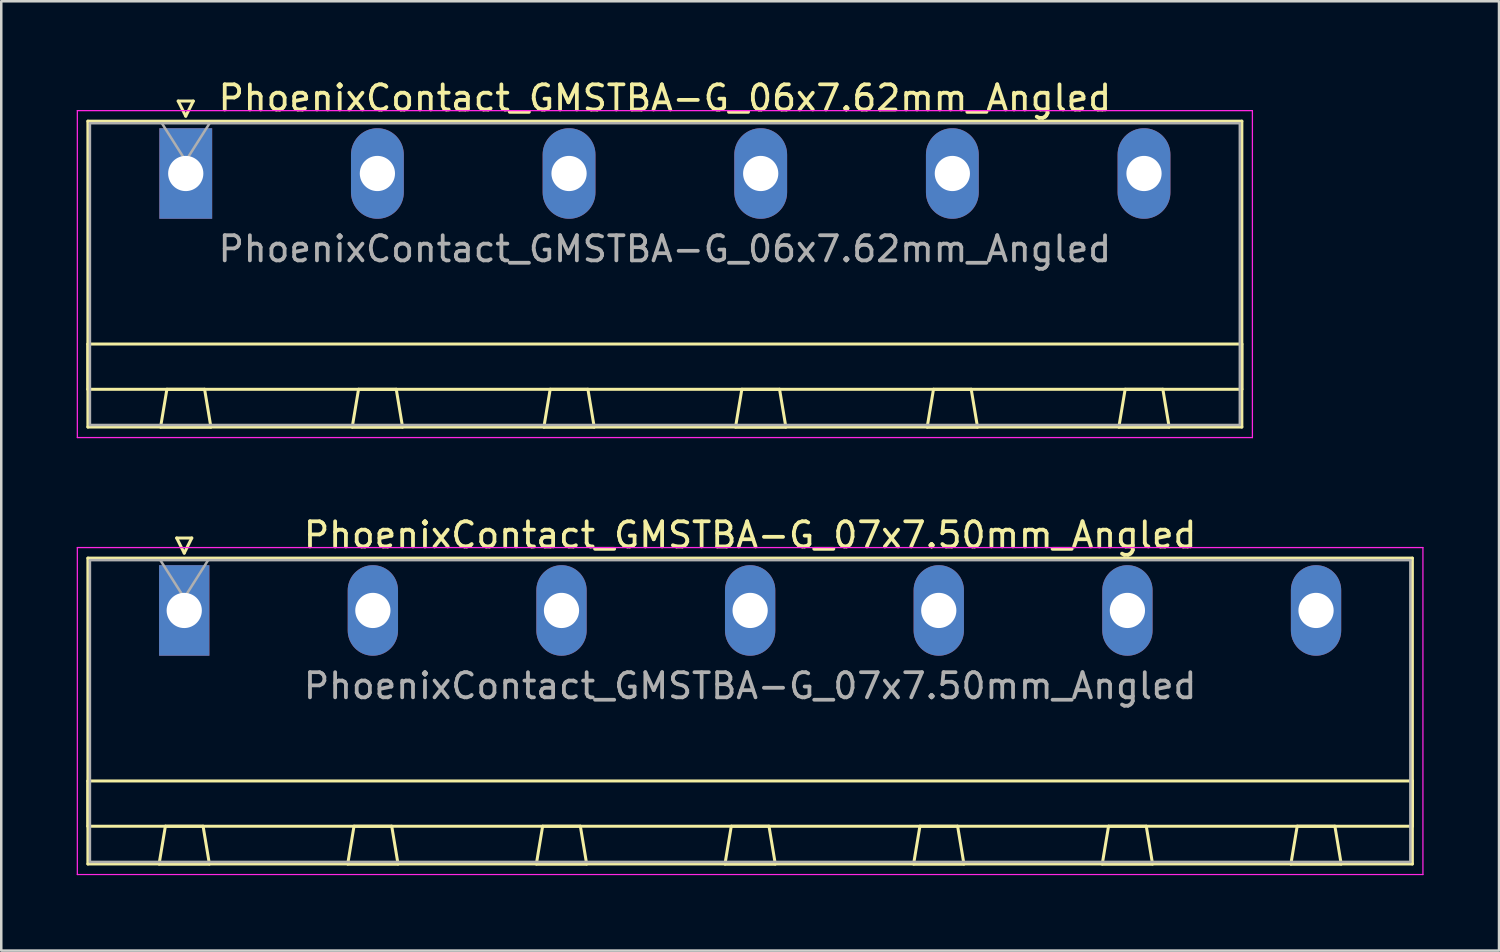
<source format=kicad_pcb>
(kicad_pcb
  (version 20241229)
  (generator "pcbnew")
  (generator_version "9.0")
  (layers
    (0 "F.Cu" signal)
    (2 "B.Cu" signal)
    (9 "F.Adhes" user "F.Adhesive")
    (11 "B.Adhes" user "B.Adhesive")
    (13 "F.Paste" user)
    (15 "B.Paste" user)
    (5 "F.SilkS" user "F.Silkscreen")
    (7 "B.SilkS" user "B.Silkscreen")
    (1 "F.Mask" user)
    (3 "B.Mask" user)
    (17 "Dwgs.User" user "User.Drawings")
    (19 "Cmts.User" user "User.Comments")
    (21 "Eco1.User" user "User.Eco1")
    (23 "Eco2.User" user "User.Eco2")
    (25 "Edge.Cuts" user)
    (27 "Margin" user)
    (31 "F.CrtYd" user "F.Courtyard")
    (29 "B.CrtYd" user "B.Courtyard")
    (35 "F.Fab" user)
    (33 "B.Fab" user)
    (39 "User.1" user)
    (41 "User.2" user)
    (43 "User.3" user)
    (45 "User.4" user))
  (footprint "PhoenixContact_GMSTBA-G_06x7.62mm_Angled"
    (layer "F.Cu")
    (at 4.335 3.848)
    (property "Reference" "PhoenixContact_GMSTBA-G_06x7.62mm_Angled" (at 19.05 -3 0) (layer "F.SilkS") (effects (font (size 1 1) (thickness 0.15))))
    (attr through_hole)
    (fp_line (start -3.89 -2.08) (end -3.89 10.08) (stroke (width 0.12) (type solid)) (layer "F.SilkS"))
    (fp_line (start -3.89 6.78) (end 41.99 6.78) (stroke (width 0.12) (type solid)) (layer "F.SilkS"))
    (fp_line (start -3.89 8.58) (end -3.89 6.78) (stroke (width 0.12) (type solid)) (layer "F.SilkS"))
    (fp_line (start -3.89 10.08) (end 41.99 10.08) (stroke (width 0.12) (type solid)) (layer "F.SilkS"))
    (fp_line (start -1 10.08) (end 1 10.08) (stroke (width 0.12) (type solid)) (layer "F.SilkS"))
    (fp_line (start -0.75 8.58) (end -1 10.08) (stroke (width 0.12) (type solid)) (layer "F.SilkS"))
    (fp_line (start -0.3 -2.88) (end 0.3 -2.88) (stroke (width 0.12) (type solid)) (layer "F.SilkS"))
    (fp_line (start 0 -2.28) (end -0.3 -2.88) (stroke (width 0.12) (type solid)) (layer "F.SilkS"))
    (fp_line (start 0.3 -2.88) (end 0 -2.28) (stroke (width 0.12) (type solid)) (layer "F.SilkS"))
    (fp_line (start 0.75 8.58) (end -0.75 8.58) (stroke (width 0.12) (type solid)) (layer "F.SilkS"))
    (fp_line (start 1 10.08) (end 0.75 8.58) (stroke (width 0.12) (type solid)) (layer "F.SilkS"))
    (fp_line (start 6.62 10.08) (end 8.62 10.08) (stroke (width 0.12) (type solid)) (layer "F.SilkS"))
    (fp_line (start 6.87 8.58) (end 6.62 10.08) (stroke (width 0.12) (type solid)) (layer "F.SilkS"))
    (fp_line (start 8.37 8.58) (end 6.87 8.58) (stroke (width 0.12) (type solid)) (layer "F.SilkS"))
    (fp_line (start 8.62 10.08) (end 8.37 8.58) (stroke (width 0.12) (type solid)) (layer "F.SilkS"))
    (fp_line (start 14.24 10.08) (end 16.24 10.08) (stroke (width 0.12) (type solid)) (layer "F.SilkS"))
    (fp_line (start 14.49 8.58) (end 14.24 10.08) (stroke (width 0.12) (type solid)) (layer "F.SilkS"))
    (fp_line (start 15.99 8.58) (end 14.49 8.58) (stroke (width 0.12) (type solid)) (layer "F.SilkS"))
    (fp_line (start 16.24 10.08) (end 15.99 8.58) (stroke (width 0.12) (type solid)) (layer "F.SilkS"))
    (fp_line (start 21.86 10.08) (end 23.86 10.08) (stroke (width 0.12) (type solid)) (layer "F.SilkS"))
    (fp_line (start 22.11 8.58) (end 21.86 10.08) (stroke (width 0.12) (type solid)) (layer "F.SilkS"))
    (fp_line (start 23.61 8.58) (end 22.11 8.58) (stroke (width 0.12) (type solid)) (layer "F.SilkS"))
    (fp_line (start 23.86 10.08) (end 23.61 8.58) (stroke (width 0.12) (type solid)) (layer "F.SilkS"))
    (fp_line (start 29.48 10.08) (end 31.48 10.08) (stroke (width 0.12) (type solid)) (layer "F.SilkS"))
    (fp_line (start 29.73 8.58) (end 29.48 10.08) (stroke (width 0.12) (type solid)) (layer "F.SilkS"))
    (fp_line (start 31.23 8.58) (end 29.73 8.58) (stroke (width 0.12) (type solid)) (layer "F.SilkS"))
    (fp_line (start 31.48 10.08) (end 31.23 8.58) (stroke (width 0.12) (type solid)) (layer "F.SilkS"))
    (fp_line (start 37.1 10.08) (end 39.1 10.08) (stroke (width 0.12) (type solid)) (layer "F.SilkS"))
    (fp_line (start 37.35 8.58) (end 37.1 10.08) (stroke (width 0.12) (type solid)) (layer "F.SilkS"))
    (fp_line (start 38.85 8.58) (end 37.35 8.58) (stroke (width 0.12) (type solid)) (layer "F.SilkS"))
    (fp_line (start 39.1 10.08) (end 38.85 8.58) (stroke (width 0.12) (type solid)) (layer "F.SilkS"))
    (fp_line (start 41.99 -2.08) (end -3.89 -2.08) (stroke (width 0.12) (type solid)) (layer "F.SilkS"))
    (fp_line (start 41.99 6.78) (end 41.99 8.58) (stroke (width 0.12) (type solid)) (layer "F.SilkS"))
    (fp_line (start 41.99 8.58) (end -3.89 8.58) (stroke (width 0.12) (type solid)) (layer "F.SilkS"))
    (fp_line (start 41.99 10.08) (end 41.99 -2.08) (stroke (width 0.12) (type solid)) (layer "F.SilkS"))
    (fp_line (start -4.31 -2.5) (end -4.31 10.5) (stroke (width 0.05) (type solid)) (layer "F.CrtYd"))
    (fp_line (start -4.31 10.5) (end 42.41 10.5) (stroke (width 0.05) (type solid)) (layer "F.CrtYd"))
    (fp_line (start 42.41 -2.5) (end -4.31 -2.5) (stroke (width 0.05) (type solid)) (layer "F.CrtYd"))
    (fp_line (start 42.41 10.5) (end 42.41 -2.5) (stroke (width 0.05) (type solid)) (layer "F.CrtYd"))
    (fp_line (start -3.81 -2) (end -3.81 10) (stroke (width 0.1) (type solid)) (layer "F.Fab"))
    (fp_line (start -3.81 10) (end 41.91 10) (stroke (width 0.1) (type solid)) (layer "F.Fab"))
    (fp_line (start 0 -0.5) (end -0.95 -2) (stroke (width 0.1) (type solid)) (layer "F.Fab"))
    (fp_line (start 0.95 -2) (end 0 -0.5) (stroke (width 0.1) (type solid)) (layer "F.Fab"))
    (fp_line (start 41.91 -2) (end -3.81 -2) (stroke (width 0.1) (type solid)) (layer "F.Fab"))
    (fp_line (start 41.91 10) (end 41.91 -2) (stroke (width 0.1) (type solid)) (layer "F.Fab"))
    (fp_text user "${REFERENCE}" (at 19.05 3 0) (layer "F.Fab") (effects (font (size 1 1) (thickness 0.15))))
    (pad "1" thru_hole rect (at 0 0) (size 2.1 3.6) (drill 1.4) (layers "*.Cu" "*.Mask"))
    (pad "2" thru_hole oval (at 7.62 0) (size 2.1 3.6) (drill 1.4) (layers "*.Cu" "*.Mask"))
    (pad "3" thru_hole oval (at 15.24 0) (size 2.1 3.6) (drill 1.4) (layers "*.Cu" "*.Mask"))
    (pad "4" thru_hole oval (at 22.86 0) (size 2.1 3.6) (drill 1.4) (layers "*.Cu" "*.Mask"))
    (pad "5" thru_hole oval (at 30.48 0) (size 2.1 3.6) (drill 1.4) (layers "*.Cu" "*.Mask"))
    (pad "6" thru_hole oval (at 38.1 0) (size 2.1 3.6) (drill 1.4) (layers "*.Cu" "*.Mask")))
  (footprint "PhoenixContact_GMSTBA-G_07x7.50mm_Angled"
    (layer "F.Cu")
    (at 4.275 21.221)
    (property "Reference" "PhoenixContact_GMSTBA-G_07x7.50mm_Angled" (at 22.5 -3 0) (layer "F.SilkS") (effects (font (size 1 1) (thickness 0.15))))
    (attr through_hole)
    (fp_line (start -3.83 -2.08) (end -3.83 10.08) (stroke (width 0.12) (type solid)) (layer "F.SilkS"))
    (fp_line (start -3.83 6.78) (end 48.83 6.78) (stroke (width 0.12) (type solid)) (layer "F.SilkS"))
    (fp_line (start -3.83 8.58) (end -3.83 6.78) (stroke (width 0.12) (type solid)) (layer "F.SilkS"))
    (fp_line (start -3.83 10.08) (end 48.83 10.08) (stroke (width 0.12) (type solid)) (layer "F.SilkS"))
    (fp_line (start -1 10.08) (end 1 10.08) (stroke (width 0.12) (type solid)) (layer "F.SilkS"))
    (fp_line (start -0.75 8.58) (end -1 10.08) (stroke (width 0.12) (type solid)) (layer "F.SilkS"))
    (fp_line (start -0.3 -2.88) (end 0.3 -2.88) (stroke (width 0.12) (type solid)) (layer "F.SilkS"))
    (fp_line (start 0 -2.28) (end -0.3 -2.88) (stroke (width 0.12) (type solid)) (layer "F.SilkS"))
    (fp_line (start 0.3 -2.88) (end 0 -2.28) (stroke (width 0.12) (type solid)) (layer "F.SilkS"))
    (fp_line (start 0.75 8.58) (end -0.75 8.58) (stroke (width 0.12) (type solid)) (layer "F.SilkS"))
    (fp_line (start 1 10.08) (end 0.75 8.58) (stroke (width 0.12) (type solid)) (layer "F.SilkS"))
    (fp_line (start 6.5 10.08) (end 8.5 10.08) (stroke (width 0.12) (type solid)) (layer "F.SilkS"))
    (fp_line (start 6.75 8.58) (end 6.5 10.08) (stroke (width 0.12) (type solid)) (layer "F.SilkS"))
    (fp_line (start 8.25 8.58) (end 6.75 8.58) (stroke (width 0.12) (type solid)) (layer "F.SilkS"))
    (fp_line (start 8.5 10.08) (end 8.25 8.58) (stroke (width 0.12) (type solid)) (layer "F.SilkS"))
    (fp_line (start 14 10.08) (end 16 10.08) (stroke (width 0.12) (type solid)) (layer "F.SilkS"))
    (fp_line (start 14.25 8.58) (end 14 10.08) (stroke (width 0.12) (type solid)) (layer "F.SilkS"))
    (fp_line (start 15.75 8.58) (end 14.25 8.58) (stroke (width 0.12) (type solid)) (layer "F.SilkS"))
    (fp_line (start 16 10.08) (end 15.75 8.58) (stroke (width 0.12) (type solid)) (layer "F.SilkS"))
    (fp_line (start 21.5 10.08) (end 23.5 10.08) (stroke (width 0.12) (type solid)) (layer "F.SilkS"))
    (fp_line (start 21.75 8.58) (end 21.5 10.08) (stroke (width 0.12) (type solid)) (layer "F.SilkS"))
    (fp_line (start 23.25 8.58) (end 21.75 8.58) (stroke (width 0.12) (type solid)) (layer "F.SilkS"))
    (fp_line (start 23.5 10.08) (end 23.25 8.58) (stroke (width 0.12) (type solid)) (layer "F.SilkS"))
    (fp_line (start 29 10.08) (end 31 10.08) (stroke (width 0.12) (type solid)) (layer "F.SilkS"))
    (fp_line (start 29.25 8.58) (end 29 10.08) (stroke (width 0.12) (type solid)) (layer "F.SilkS"))
    (fp_line (start 30.75 8.58) (end 29.25 8.58) (stroke (width 0.12) (type solid)) (layer "F.SilkS"))
    (fp_line (start 31 10.08) (end 30.75 8.58) (stroke (width 0.12) (type solid)) (layer "F.SilkS"))
    (fp_line (start 36.5 10.08) (end 38.5 10.08) (stroke (width 0.12) (type solid)) (layer "F.SilkS"))
    (fp_line (start 36.75 8.58) (end 36.5 10.08) (stroke (width 0.12) (type solid)) (layer "F.SilkS"))
    (fp_line (start 38.25 8.58) (end 36.75 8.58) (stroke (width 0.12) (type solid)) (layer "F.SilkS"))
    (fp_line (start 38.5 10.08) (end 38.25 8.58) (stroke (width 0.12) (type solid)) (layer "F.SilkS"))
    (fp_line (start 44 10.08) (end 46 10.08) (stroke (width 0.12) (type solid)) (layer "F.SilkS"))
    (fp_line (start 44.25 8.58) (end 44 10.08) (stroke (width 0.12) (type solid)) (layer "F.SilkS"))
    (fp_line (start 45.75 8.58) (end 44.25 8.58) (stroke (width 0.12) (type solid)) (layer "F.SilkS"))
    (fp_line (start 46 10.08) (end 45.75 8.58) (stroke (width 0.12) (type solid)) (layer "F.SilkS"))
    (fp_line (start 48.83 -2.08) (end -3.83 -2.08) (stroke (width 0.12) (type solid)) (layer "F.SilkS"))
    (fp_line (start 48.83 6.78) (end 48.83 8.58) (stroke (width 0.12) (type solid)) (layer "F.SilkS"))
    (fp_line (start 48.83 8.58) (end -3.83 8.58) (stroke (width 0.12) (type solid)) (layer "F.SilkS"))
    (fp_line (start 48.83 10.08) (end 48.83 -2.08) (stroke (width 0.12) (type solid)) (layer "F.SilkS"))
    (fp_line (start -4.25 -2.5) (end -4.25 10.5) (stroke (width 0.05) (type solid)) (layer "F.CrtYd"))
    (fp_line (start -4.25 10.5) (end 49.25 10.5) (stroke (width 0.05) (type solid)) (layer "F.CrtYd"))
    (fp_line (start 49.25 -2.5) (end -4.25 -2.5) (stroke (width 0.05) (type solid)) (layer "F.CrtYd"))
    (fp_line (start 49.25 10.5) (end 49.25 -2.5) (stroke (width 0.05) (type solid)) (layer "F.CrtYd"))
    (fp_line (start -3.75 -2) (end -3.75 10) (stroke (width 0.1) (type solid)) (layer "F.Fab"))
    (fp_line (start -3.75 10) (end 48.75 10) (stroke (width 0.1) (type solid)) (layer "F.Fab"))
    (fp_line (start 0 -0.5) (end -0.95 -2) (stroke (width 0.1) (type solid)) (layer "F.Fab"))
    (fp_line (start 0.95 -2) (end 0 -0.5) (stroke (width 0.1) (type solid)) (layer "F.Fab"))
    (fp_line (start 48.75 -2) (end -3.75 -2) (stroke (width 0.1) (type solid)) (layer "F.Fab"))
    (fp_line (start 48.75 10) (end 48.75 -2) (stroke (width 0.1) (type solid)) (layer "F.Fab"))
    (fp_text user "${REFERENCE}" (at 22.5 3 0) (layer "F.Fab") (effects (font (size 1 1) (thickness 0.15))))
    (pad "1" thru_hole rect (at 0 0) (size 2 3.6) (drill 1.4) (layers "*.Cu" "*.Mask"))
    (pad "2" thru_hole oval (at 7.5 0) (size 2 3.6) (drill 1.4) (layers "*.Cu" "*.Mask"))
    (pad "3" thru_hole oval (at 15 0) (size 2 3.6) (drill 1.4) (layers "*.Cu" "*.Mask"))
    (pad "4" thru_hole oval (at 22.5 0) (size 2 3.6) (drill 1.4) (layers "*.Cu" "*.Mask"))
    (pad "5" thru_hole oval (at 30 0) (size 2 3.6) (drill 1.4) (layers "*.Cu" "*.Mask"))
    (pad "6" thru_hole oval (at 37.5 0) (size 2 3.6) (drill 1.4) (layers "*.Cu" "*.Mask"))
    (pad "7" thru_hole oval (at 45 0) (size 2 3.6) (drill 1.4) (layers "*.Cu" "*.Mask")))
  (gr_rect
    (start -3 -3)
    (end 56.55 34.746)
    (stroke (width 0.1) (type default))
    (fill no)
    (layer "Edge.Cuts")))
</source>
